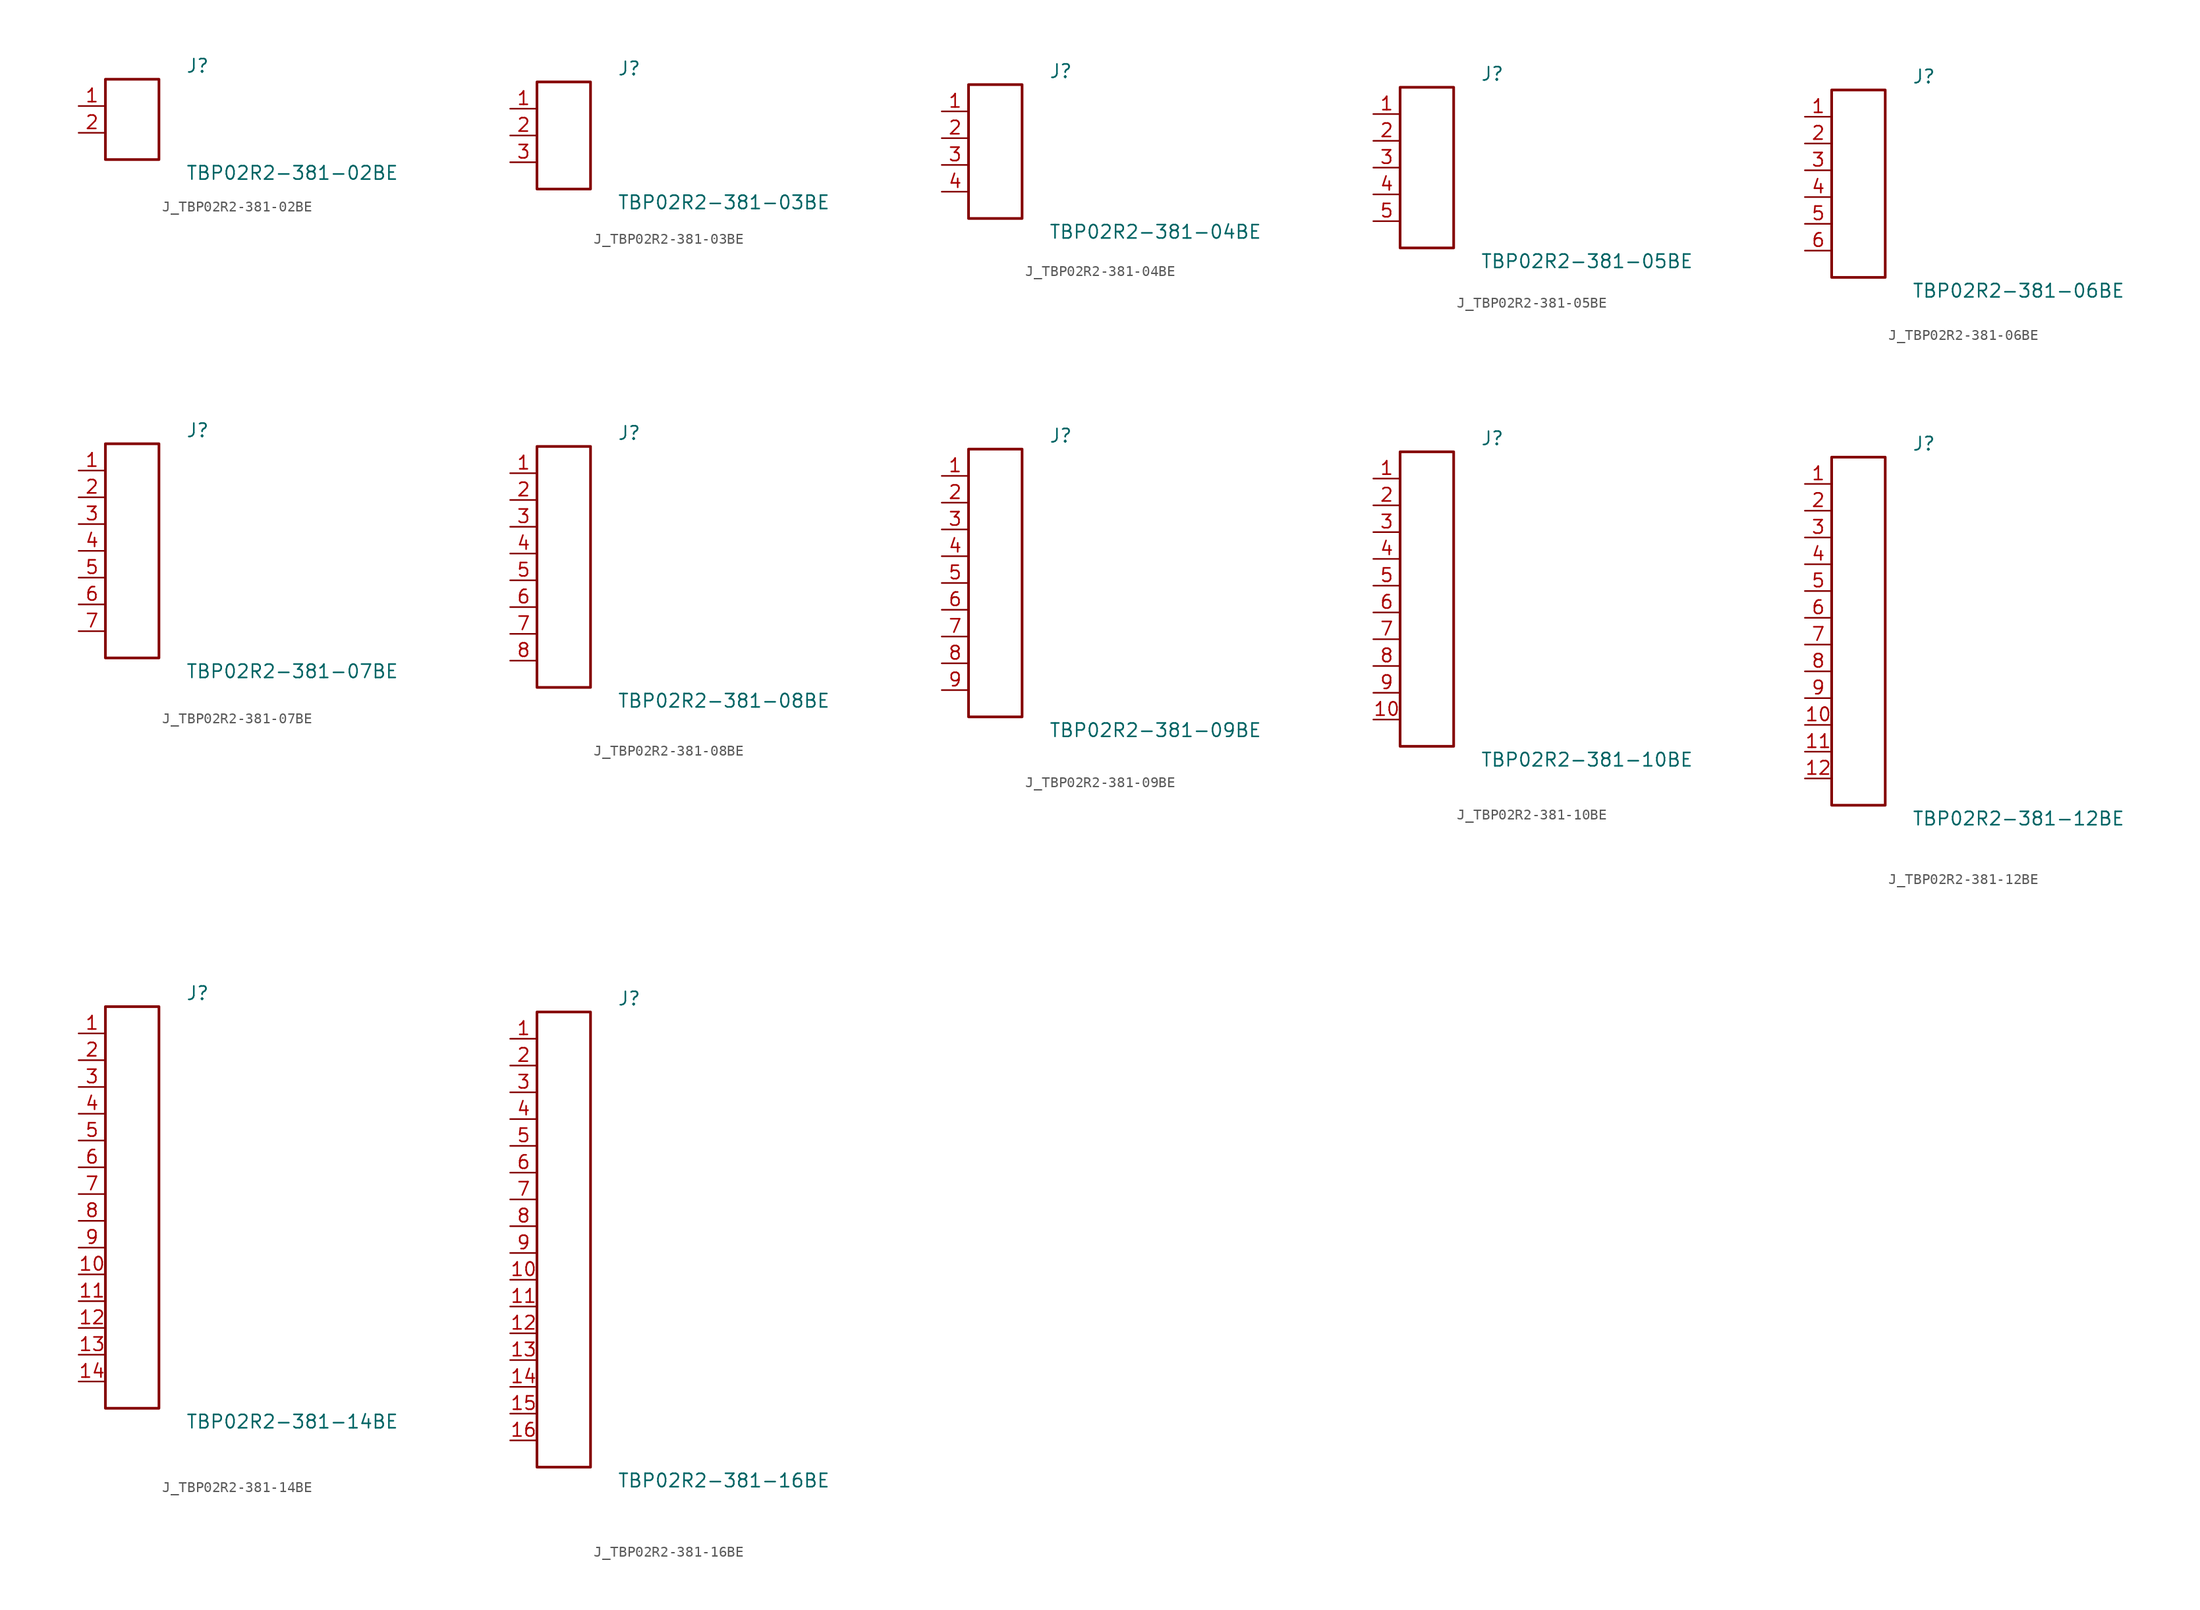
<source format=kicad_sym>
(kicad_symbol_lib
  (version 20231120)
  (generator kicad_symbol_editor)
  (generator_version 8.0)
  (symbol "J_TBP02R2-381-02BE"
    (pin_names
      (offset 0.254))
    (property "Reference" "J"
      (at 5.08 5.08 0)
      (effects (font (size 1.27 1.27)) (justify left)))
    (property "Value" "TBP02R2-381-02BE"
      (at 5.08 -5.08 0)
      (effects (font (size 1.27 1.27)) (justify left)))
    (symbol "J_TBP02R2-381-02BE_0_0"
      (pin passive line (at -5.08 1.27 0) (length 2.54) (name "" (effects (font (size 1.27 1.27)))) (number "1" (effects (font (size 1.27 1.27)))))
      (pin passive line (at -5.08 -1.27 0) (length 2.54) (name "" (effects (font (size 1.27 1.27)))) (number "2" (effects (font (size 1.27 1.27))))))
    (symbol "J_TBP02R2-381-02BE_1_0"
      (rectangle (start -2.54 3.81) (end 2.54 -3.81) (stroke (width 0.254) (type solid)) (fill (type none)))))
  (symbol "J_TBP02R2-381-03BE"
    (pin_names
      (offset 0.254))
    (property "Reference" "J"
      (at 5.08 6.35 0)
      (effects (font (size 1.27 1.27)) (justify left)))
    (property "Value" "TBP02R2-381-03BE"
      (at 5.08 -6.35 0)
      (effects (font (size 1.27 1.27)) (justify left)))
    (symbol "J_TBP02R2-381-03BE_0_0"
      (pin passive line (at -5.08 2.54 0) (length 2.54) (name "" (effects (font (size 1.27 1.27)))) (number "1" (effects (font (size 1.27 1.27)))))
      (pin passive line (at -5.08 0.0 0) (length 2.54) (name "" (effects (font (size 1.27 1.27)))) (number "2" (effects (font (size 1.27 1.27)))))
      (pin passive line (at -5.08 -2.54 0) (length 2.54) (name "" (effects (font (size 1.27 1.27)))) (number "3" (effects (font (size 1.27 1.27))))))
    (symbol "J_TBP02R2-381-03BE_1_0"
      (rectangle (start -2.54 5.08) (end 2.54 -5.08) (stroke (width 0.254) (type solid)) (fill (type none)))))
  (symbol "J_TBP02R2-381-04BE"
    (pin_names
      (offset 0.254))
    (property "Reference" "J"
      (at 5.08 7.62 0)
      (effects (font (size 1.27 1.27)) (justify left)))
    (property "Value" "TBP02R2-381-04BE"
      (at 5.08 -7.62 0)
      (effects (font (size 1.27 1.27)) (justify left)))
    (symbol "J_TBP02R2-381-04BE_0_0"
      (pin passive line (at -5.08 3.81 0) (length 2.54) (name "" (effects (font (size 1.27 1.27)))) (number "1" (effects (font (size 1.27 1.27)))))
      (pin passive line (at -5.08 1.27 0) (length 2.54) (name "" (effects (font (size 1.27 1.27)))) (number "2" (effects (font (size 1.27 1.27)))))
      (pin passive line (at -5.08 -1.27 0) (length 2.54) (name "" (effects (font (size 1.27 1.27)))) (number "3" (effects (font (size 1.27 1.27)))))
      (pin passive line (at -5.08 -3.81 0) (length 2.54) (name "" (effects (font (size 1.27 1.27)))) (number "4" (effects (font (size 1.27 1.27))))))
    (symbol "J_TBP02R2-381-04BE_1_0"
      (rectangle (start -2.54 6.35) (end 2.54 -6.35) (stroke (width 0.254) (type solid)) (fill (type none)))))
  (symbol "J_TBP02R2-381-05BE"
    (pin_names
      (offset 0.254))
    (property "Reference" "J"
      (at 5.08 8.89 0)
      (effects (font (size 1.27 1.27)) (justify left)))
    (property "Value" "TBP02R2-381-05BE"
      (at 5.08 -8.89 0)
      (effects (font (size 1.27 1.27)) (justify left)))
    (symbol "J_TBP02R2-381-05BE_0_0"
      (pin passive line (at -5.08 5.08 0) (length 2.54) (name "" (effects (font (size 1.27 1.27)))) (number "1" (effects (font (size 1.27 1.27)))))
      (pin passive line (at -5.08 2.54 0) (length 2.54) (name "" (effects (font (size 1.27 1.27)))) (number "2" (effects (font (size 1.27 1.27)))))
      (pin passive line (at -5.08 0.0 0) (length 2.54) (name "" (effects (font (size 1.27 1.27)))) (number "3" (effects (font (size 1.27 1.27)))))
      (pin passive line (at -5.08 -2.54 0) (length 2.54) (name "" (effects (font (size 1.27 1.27)))) (number "4" (effects (font (size 1.27 1.27)))))
      (pin passive line (at -5.08 -5.08 0) (length 2.54) (name "" (effects (font (size 1.27 1.27)))) (number "5" (effects (font (size 1.27 1.27))))))
    (symbol "J_TBP02R2-381-05BE_1_0"
      (rectangle (start -2.54 7.62) (end 2.54 -7.62) (stroke (width 0.254) (type solid)) (fill (type none)))))
  (symbol "J_TBP02R2-381-06BE"
    (pin_names
      (offset 0.254))
    (property "Reference" "J"
      (at 5.08 10.16 0)
      (effects (font (size 1.27 1.27)) (justify left)))
    (property "Value" "TBP02R2-381-06BE"
      (at 5.08 -10.16 0)
      (effects (font (size 1.27 1.27)) (justify left)))
    (symbol "J_TBP02R2-381-06BE_0_0"
      (pin passive line (at -5.08 6.35 0) (length 2.54) (name "" (effects (font (size 1.27 1.27)))) (number "1" (effects (font (size 1.27 1.27)))))
      (pin passive line (at -5.08 3.81 0) (length 2.54) (name "" (effects (font (size 1.27 1.27)))) (number "2" (effects (font (size 1.27 1.27)))))
      (pin passive line (at -5.08 1.27 0) (length 2.54) (name "" (effects (font (size 1.27 1.27)))) (number "3" (effects (font (size 1.27 1.27)))))
      (pin passive line (at -5.08 -1.27 0) (length 2.54) (name "" (effects (font (size 1.27 1.27)))) (number "4" (effects (font (size 1.27 1.27)))))
      (pin passive line (at -5.08 -3.81 0) (length 2.54) (name "" (effects (font (size 1.27 1.27)))) (number "5" (effects (font (size 1.27 1.27)))))
      (pin passive line (at -5.08 -6.35 0) (length 2.54) (name "" (effects (font (size 1.27 1.27)))) (number "6" (effects (font (size 1.27 1.27))))))
    (symbol "J_TBP02R2-381-06BE_1_0"
      (rectangle (start -2.54 8.89) (end 2.54 -8.89) (stroke (width 0.254) (type solid)) (fill (type none)))))
  (symbol "J_TBP02R2-381-07BE"
    (pin_names
      (offset 0.254))
    (property "Reference" "J"
      (at 5.08 11.43 0)
      (effects (font (size 1.27 1.27)) (justify left)))
    (property "Value" "TBP02R2-381-07BE"
      (at 5.08 -11.43 0)
      (effects (font (size 1.27 1.27)) (justify left)))
    (symbol "J_TBP02R2-381-07BE_0_0"
      (pin passive line (at -5.08 7.62 0) (length 2.54) (name "" (effects (font (size 1.27 1.27)))) (number "1" (effects (font (size 1.27 1.27)))))
      (pin passive line (at -5.08 5.08 0) (length 2.54) (name "" (effects (font (size 1.27 1.27)))) (number "2" (effects (font (size 1.27 1.27)))))
      (pin passive line (at -5.08 2.54 0) (length 2.54) (name "" (effects (font (size 1.27 1.27)))) (number "3" (effects (font (size 1.27 1.27)))))
      (pin passive line (at -5.08 0.0 0) (length 2.54) (name "" (effects (font (size 1.27 1.27)))) (number "4" (effects (font (size 1.27 1.27)))))
      (pin passive line (at -5.08 -2.54 0) (length 2.54) (name "" (effects (font (size 1.27 1.27)))) (number "5" (effects (font (size 1.27 1.27)))))
      (pin passive line (at -5.08 -5.08 0) (length 2.54) (name "" (effects (font (size 1.27 1.27)))) (number "6" (effects (font (size 1.27 1.27)))))
      (pin passive line (at -5.08 -7.62 0) (length 2.54) (name "" (effects (font (size 1.27 1.27)))) (number "7" (effects (font (size 1.27 1.27))))))
    (symbol "J_TBP02R2-381-07BE_1_0"
      (rectangle (start -2.54 10.16) (end 2.54 -10.16) (stroke (width 0.254) (type solid)) (fill (type none)))))
  (symbol "J_TBP02R2-381-08BE"
    (pin_names
      (offset 0.254))
    (property "Reference" "J"
      (at 5.08 12.7 0)
      (effects (font (size 1.27 1.27)) (justify left)))
    (property "Value" "TBP02R2-381-08BE"
      (at 5.08 -12.7 0)
      (effects (font (size 1.27 1.27)) (justify left)))
    (symbol "J_TBP02R2-381-08BE_0_0"
      (pin passive line (at -5.08 8.89 0) (length 2.54) (name "" (effects (font (size 1.27 1.27)))) (number "1" (effects (font (size 1.27 1.27)))))
      (pin passive line (at -5.08 6.35 0) (length 2.54) (name "" (effects (font (size 1.27 1.27)))) (number "2" (effects (font (size 1.27 1.27)))))
      (pin passive line (at -5.08 3.81 0) (length 2.54) (name "" (effects (font (size 1.27 1.27)))) (number "3" (effects (font (size 1.27 1.27)))))
      (pin passive line (at -5.08 1.27 0) (length 2.54) (name "" (effects (font (size 1.27 1.27)))) (number "4" (effects (font (size 1.27 1.27)))))
      (pin passive line (at -5.08 -1.27 0) (length 2.54) (name "" (effects (font (size 1.27 1.27)))) (number "5" (effects (font (size 1.27 1.27)))))
      (pin passive line (at -5.08 -3.81 0) (length 2.54) (name "" (effects (font (size 1.27 1.27)))) (number "6" (effects (font (size 1.27 1.27)))))
      (pin passive line (at -5.08 -6.35 0) (length 2.54) (name "" (effects (font (size 1.27 1.27)))) (number "7" (effects (font (size 1.27 1.27)))))
      (pin passive line (at -5.08 -8.89 0) (length 2.54) (name "" (effects (font (size 1.27 1.27)))) (number "8" (effects (font (size 1.27 1.27))))))
    (symbol "J_TBP02R2-381-08BE_1_0"
      (rectangle (start -2.54 11.43) (end 2.54 -11.43) (stroke (width 0.254) (type solid)) (fill (type none)))))
  (symbol "J_TBP02R2-381-09BE"
    (pin_names
      (offset 0.254))
    (property "Reference" "J"
      (at 5.08 13.97 0)
      (effects (font (size 1.27 1.27)) (justify left)))
    (property "Value" "TBP02R2-381-09BE"
      (at 5.08 -13.97 0)
      (effects (font (size 1.27 1.27)) (justify left)))
    (symbol "J_TBP02R2-381-09BE_0_0"
      (pin passive line (at -5.08 10.16 0) (length 2.54) (name "" (effects (font (size 1.27 1.27)))) (number "1" (effects (font (size 1.27 1.27)))))
      (pin passive line (at -5.08 7.62 0) (length 2.54) (name "" (effects (font (size 1.27 1.27)))) (number "2" (effects (font (size 1.27 1.27)))))
      (pin passive line (at -5.08 5.08 0) (length 2.54) (name "" (effects (font (size 1.27 1.27)))) (number "3" (effects (font (size 1.27 1.27)))))
      (pin passive line (at -5.08 2.54 0) (length 2.54) (name "" (effects (font (size 1.27 1.27)))) (number "4" (effects (font (size 1.27 1.27)))))
      (pin passive line (at -5.08 0.0 0) (length 2.54) (name "" (effects (font (size 1.27 1.27)))) (number "5" (effects (font (size 1.27 1.27)))))
      (pin passive line (at -5.08 -2.54 0) (length 2.54) (name "" (effects (font (size 1.27 1.27)))) (number "6" (effects (font (size 1.27 1.27)))))
      (pin passive line (at -5.08 -5.08 0) (length 2.54) (name "" (effects (font (size 1.27 1.27)))) (number "7" (effects (font (size 1.27 1.27)))))
      (pin passive line (at -5.08 -7.62 0) (length 2.54) (name "" (effects (font (size 1.27 1.27)))) (number "8" (effects (font (size 1.27 1.27)))))
      (pin passive line (at -5.08 -10.16 0) (length 2.54) (name "" (effects (font (size 1.27 1.27)))) (number "9" (effects (font (size 1.27 1.27))))))
    (symbol "J_TBP02R2-381-09BE_1_0"
      (rectangle (start -2.54 12.7) (end 2.54 -12.7) (stroke (width 0.254) (type solid)) (fill (type none)))))
  (symbol "J_TBP02R2-381-10BE"
    (pin_names
      (offset 0.254))
    (property "Reference" "J"
      (at 5.08 15.24 0)
      (effects (font (size 1.27 1.27)) (justify left)))
    (property "Value" "TBP02R2-381-10BE"
      (at 5.08 -15.24 0)
      (effects (font (size 1.27 1.27)) (justify left)))
    (symbol "J_TBP02R2-381-10BE_0_0"
      (pin passive line (at -5.08 11.43 0) (length 2.54) (name "" (effects (font (size 1.27 1.27)))) (number "1" (effects (font (size 1.27 1.27)))))
      (pin passive line (at -5.08 8.89 0) (length 2.54) (name "" (effects (font (size 1.27 1.27)))) (number "2" (effects (font (size 1.27 1.27)))))
      (pin passive line (at -5.08 6.35 0) (length 2.54) (name "" (effects (font (size 1.27 1.27)))) (number "3" (effects (font (size 1.27 1.27)))))
      (pin passive line (at -5.08 3.81 0) (length 2.54) (name "" (effects (font (size 1.27 1.27)))) (number "4" (effects (font (size 1.27 1.27)))))
      (pin passive line (at -5.08 1.27 0) (length 2.54) (name "" (effects (font (size 1.27 1.27)))) (number "5" (effects (font (size 1.27 1.27)))))
      (pin passive line (at -5.08 -1.27 0) (length 2.54) (name "" (effects (font (size 1.27 1.27)))) (number "6" (effects (font (size 1.27 1.27)))))
      (pin passive line (at -5.08 -3.81 0) (length 2.54) (name "" (effects (font (size 1.27 1.27)))) (number "7" (effects (font (size 1.27 1.27)))))
      (pin passive line (at -5.08 -6.35 0) (length 2.54) (name "" (effects (font (size 1.27 1.27)))) (number "8" (effects (font (size 1.27 1.27)))))
      (pin passive line (at -5.08 -8.89 0) (length 2.54) (name "" (effects (font (size 1.27 1.27)))) (number "9" (effects (font (size 1.27 1.27)))))
      (pin passive line (at -5.08 -11.43 0) (length 2.54) (name "" (effects (font (size 1.27 1.27)))) (number "10" (effects (font (size 1.27 1.27))))))
    (symbol "J_TBP02R2-381-10BE_1_0"
      (rectangle (start -2.54 13.97) (end 2.54 -13.97) (stroke (width 0.254) (type solid)) (fill (type none)))))
  (symbol "J_TBP02R2-381-12BE"
    (pin_names
      (offset 0.254))
    (property "Reference" "J"
      (at 5.08 17.78 0)
      (effects (font (size 1.27 1.27)) (justify left)))
    (property "Value" "TBP02R2-381-12BE"
      (at 5.08 -17.78 0)
      (effects (font (size 1.27 1.27)) (justify left)))
    (symbol "J_TBP02R2-381-12BE_0_0"
      (pin passive line (at -5.08 13.97 0) (length 2.54) (name "" (effects (font (size 1.27 1.27)))) (number "1" (effects (font (size 1.27 1.27)))))
      (pin passive line (at -5.08 11.43 0) (length 2.54) (name "" (effects (font (size 1.27 1.27)))) (number "2" (effects (font (size 1.27 1.27)))))
      (pin passive line (at -5.08 8.89 0) (length 2.54) (name "" (effects (font (size 1.27 1.27)))) (number "3" (effects (font (size 1.27 1.27)))))
      (pin passive line (at -5.08 6.35 0) (length 2.54) (name "" (effects (font (size 1.27 1.27)))) (number "4" (effects (font (size 1.27 1.27)))))
      (pin passive line (at -5.08 3.81 0) (length 2.54) (name "" (effects (font (size 1.27 1.27)))) (number "5" (effects (font (size 1.27 1.27)))))
      (pin passive line (at -5.08 1.27 0) (length 2.54) (name "" (effects (font (size 1.27 1.27)))) (number "6" (effects (font (size 1.27 1.27)))))
      (pin passive line (at -5.08 -1.27 0) (length 2.54) (name "" (effects (font (size 1.27 1.27)))) (number "7" (effects (font (size 1.27 1.27)))))
      (pin passive line (at -5.08 -3.81 0) (length 2.54) (name "" (effects (font (size 1.27 1.27)))) (number "8" (effects (font (size 1.27 1.27)))))
      (pin passive line (at -5.08 -6.35 0) (length 2.54) (name "" (effects (font (size 1.27 1.27)))) (number "9" (effects (font (size 1.27 1.27)))))
      (pin passive line (at -5.08 -8.89 0) (length 2.54) (name "" (effects (font (size 1.27 1.27)))) (number "10" (effects (font (size 1.27 1.27)))))
      (pin passive line (at -5.08 -11.43 0) (length 2.54) (name "" (effects (font (size 1.27 1.27)))) (number "11" (effects (font (size 1.27 1.27)))))
      (pin passive line (at -5.08 -13.97 0) (length 2.54) (name "" (effects (font (size 1.27 1.27)))) (number "12" (effects (font (size 1.27 1.27))))))
    (symbol "J_TBP02R2-381-12BE_1_0"
      (rectangle (start -2.54 16.51) (end 2.54 -16.51) (stroke (width 0.254) (type solid)) (fill (type none)))))
  (symbol "J_TBP02R2-381-14BE"
    (pin_names
      (offset 0.254))
    (property "Reference" "J"
      (at 5.08 20.32 0)
      (effects (font (size 1.27 1.27)) (justify left)))
    (property "Value" "TBP02R2-381-14BE"
      (at 5.08 -20.32 0)
      (effects (font (size 1.27 1.27)) (justify left)))
    (symbol "J_TBP02R2-381-14BE_0_0"
      (pin passive line (at -5.08 16.51 0) (length 2.54) (name "" (effects (font (size 1.27 1.27)))) (number "1" (effects (font (size 1.27 1.27)))))
      (pin passive line (at -5.08 13.97 0) (length 2.54) (name "" (effects (font (size 1.27 1.27)))) (number "2" (effects (font (size 1.27 1.27)))))
      (pin passive line (at -5.08 11.43 0) (length 2.54) (name "" (effects (font (size 1.27 1.27)))) (number "3" (effects (font (size 1.27 1.27)))))
      (pin passive line (at -5.08 8.89 0) (length 2.54) (name "" (effects (font (size 1.27 1.27)))) (number "4" (effects (font (size 1.27 1.27)))))
      (pin passive line (at -5.08 6.35 0) (length 2.54) (name "" (effects (font (size 1.27 1.27)))) (number "5" (effects (font (size 1.27 1.27)))))
      (pin passive line (at -5.08 3.81 0) (length 2.54) (name "" (effects (font (size 1.27 1.27)))) (number "6" (effects (font (size 1.27 1.27)))))
      (pin passive line (at -5.08 1.27 0) (length 2.54) (name "" (effects (font (size 1.27 1.27)))) (number "7" (effects (font (size 1.27 1.27)))))
      (pin passive line (at -5.08 -1.27 0) (length 2.54) (name "" (effects (font (size 1.27 1.27)))) (number "8" (effects (font (size 1.27 1.27)))))
      (pin passive line (at -5.08 -3.81 0) (length 2.54) (name "" (effects (font (size 1.27 1.27)))) (number "9" (effects (font (size 1.27 1.27)))))
      (pin passive line (at -5.08 -6.35 0) (length 2.54) (name "" (effects (font (size 1.27 1.27)))) (number "10" (effects (font (size 1.27 1.27)))))
      (pin passive line (at -5.08 -8.89 0) (length 2.54) (name "" (effects (font (size 1.27 1.27)))) (number "11" (effects (font (size 1.27 1.27)))))
      (pin passive line (at -5.08 -11.43 0) (length 2.54) (name "" (effects (font (size 1.27 1.27)))) (number "12" (effects (font (size 1.27 1.27)))))
      (pin passive line (at -5.08 -13.97 0) (length 2.54) (name "" (effects (font (size 1.27 1.27)))) (number "13" (effects (font (size 1.27 1.27)))))
      (pin passive line (at -5.08 -16.51 0) (length 2.54) (name "" (effects (font (size 1.27 1.27)))) (number "14" (effects (font (size 1.27 1.27))))))
    (symbol "J_TBP02R2-381-14BE_1_0"
      (rectangle (start -2.54 19.05) (end 2.54 -19.05) (stroke (width 0.254) (type solid)) (fill (type none)))))
  (symbol "J_TBP02R2-381-16BE"
    (pin_names
      (offset 0.254))
    (property "Reference" "J"
      (at 5.08 22.86 0)
      (effects (font (size 1.27 1.27)) (justify left)))
    (property "Value" "TBP02R2-381-16BE"
      (at 5.08 -22.86 0)
      (effects (font (size 1.27 1.27)) (justify left)))
    (symbol "J_TBP02R2-381-16BE_0_0"
      (pin passive line (at -5.08 19.05 0) (length 2.54) (name "" (effects (font (size 1.27 1.27)))) (number "1" (effects (font (size 1.27 1.27)))))
      (pin passive line (at -5.08 16.51 0) (length 2.54) (name "" (effects (font (size 1.27 1.27)))) (number "2" (effects (font (size 1.27 1.27)))))
      (pin passive line (at -5.08 13.97 0) (length 2.54) (name "" (effects (font (size 1.27 1.27)))) (number "3" (effects (font (size 1.27 1.27)))))
      (pin passive line (at -5.08 11.43 0) (length 2.54) (name "" (effects (font (size 1.27 1.27)))) (number "4" (effects (font (size 1.27 1.27)))))
      (pin passive line (at -5.08 8.89 0) (length 2.54) (name "" (effects (font (size 1.27 1.27)))) (number "5" (effects (font (size 1.27 1.27)))))
      (pin passive line (at -5.08 6.35 0) (length 2.54) (name "" (effects (font (size 1.27 1.27)))) (number "6" (effects (font (size 1.27 1.27)))))
      (pin passive line (at -5.08 3.81 0) (length 2.54) (name "" (effects (font (size 1.27 1.27)))) (number "7" (effects (font (size 1.27 1.27)))))
      (pin passive line (at -5.08 1.27 0) (length 2.54) (name "" (effects (font (size 1.27 1.27)))) (number "8" (effects (font (size 1.27 1.27)))))
      (pin passive line (at -5.08 -1.27 0) (length 2.54) (name "" (effects (font (size 1.27 1.27)))) (number "9" (effects (font (size 1.27 1.27)))))
      (pin passive line (at -5.08 -3.81 0) (length 2.54) (name "" (effects (font (size 1.27 1.27)))) (number "10" (effects (font (size 1.27 1.27)))))
      (pin passive line (at -5.08 -6.35 0) (length 2.54) (name "" (effects (font (size 1.27 1.27)))) (number "11" (effects (font (size 1.27 1.27)))))
      (pin passive line (at -5.08 -8.89 0) (length 2.54) (name "" (effects (font (size 1.27 1.27)))) (number "12" (effects (font (size 1.27 1.27)))))
      (pin passive line (at -5.08 -11.43 0) (length 2.54) (name "" (effects (font (size 1.27 1.27)))) (number "13" (effects (font (size 1.27 1.27)))))
      (pin passive line (at -5.08 -13.97 0) (length 2.54) (name "" (effects (font (size 1.27 1.27)))) (number "14" (effects (font (size 1.27 1.27)))))
      (pin passive line (at -5.08 -16.51 0) (length 2.54) (name "" (effects (font (size 1.27 1.27)))) (number "15" (effects (font (size 1.27 1.27)))))
      (pin passive line (at -5.08 -19.05 0) (length 2.54) (name "" (effects (font (size 1.27 1.27)))) (number "16" (effects (font (size 1.27 1.27))))))
    (symbol "J_TBP02R2-381-16BE_1_0"
      (rectangle (start -2.54 21.59) (end 2.54 -21.59) (stroke (width 0.254) (type solid)) (fill (type none))))))
</source>
